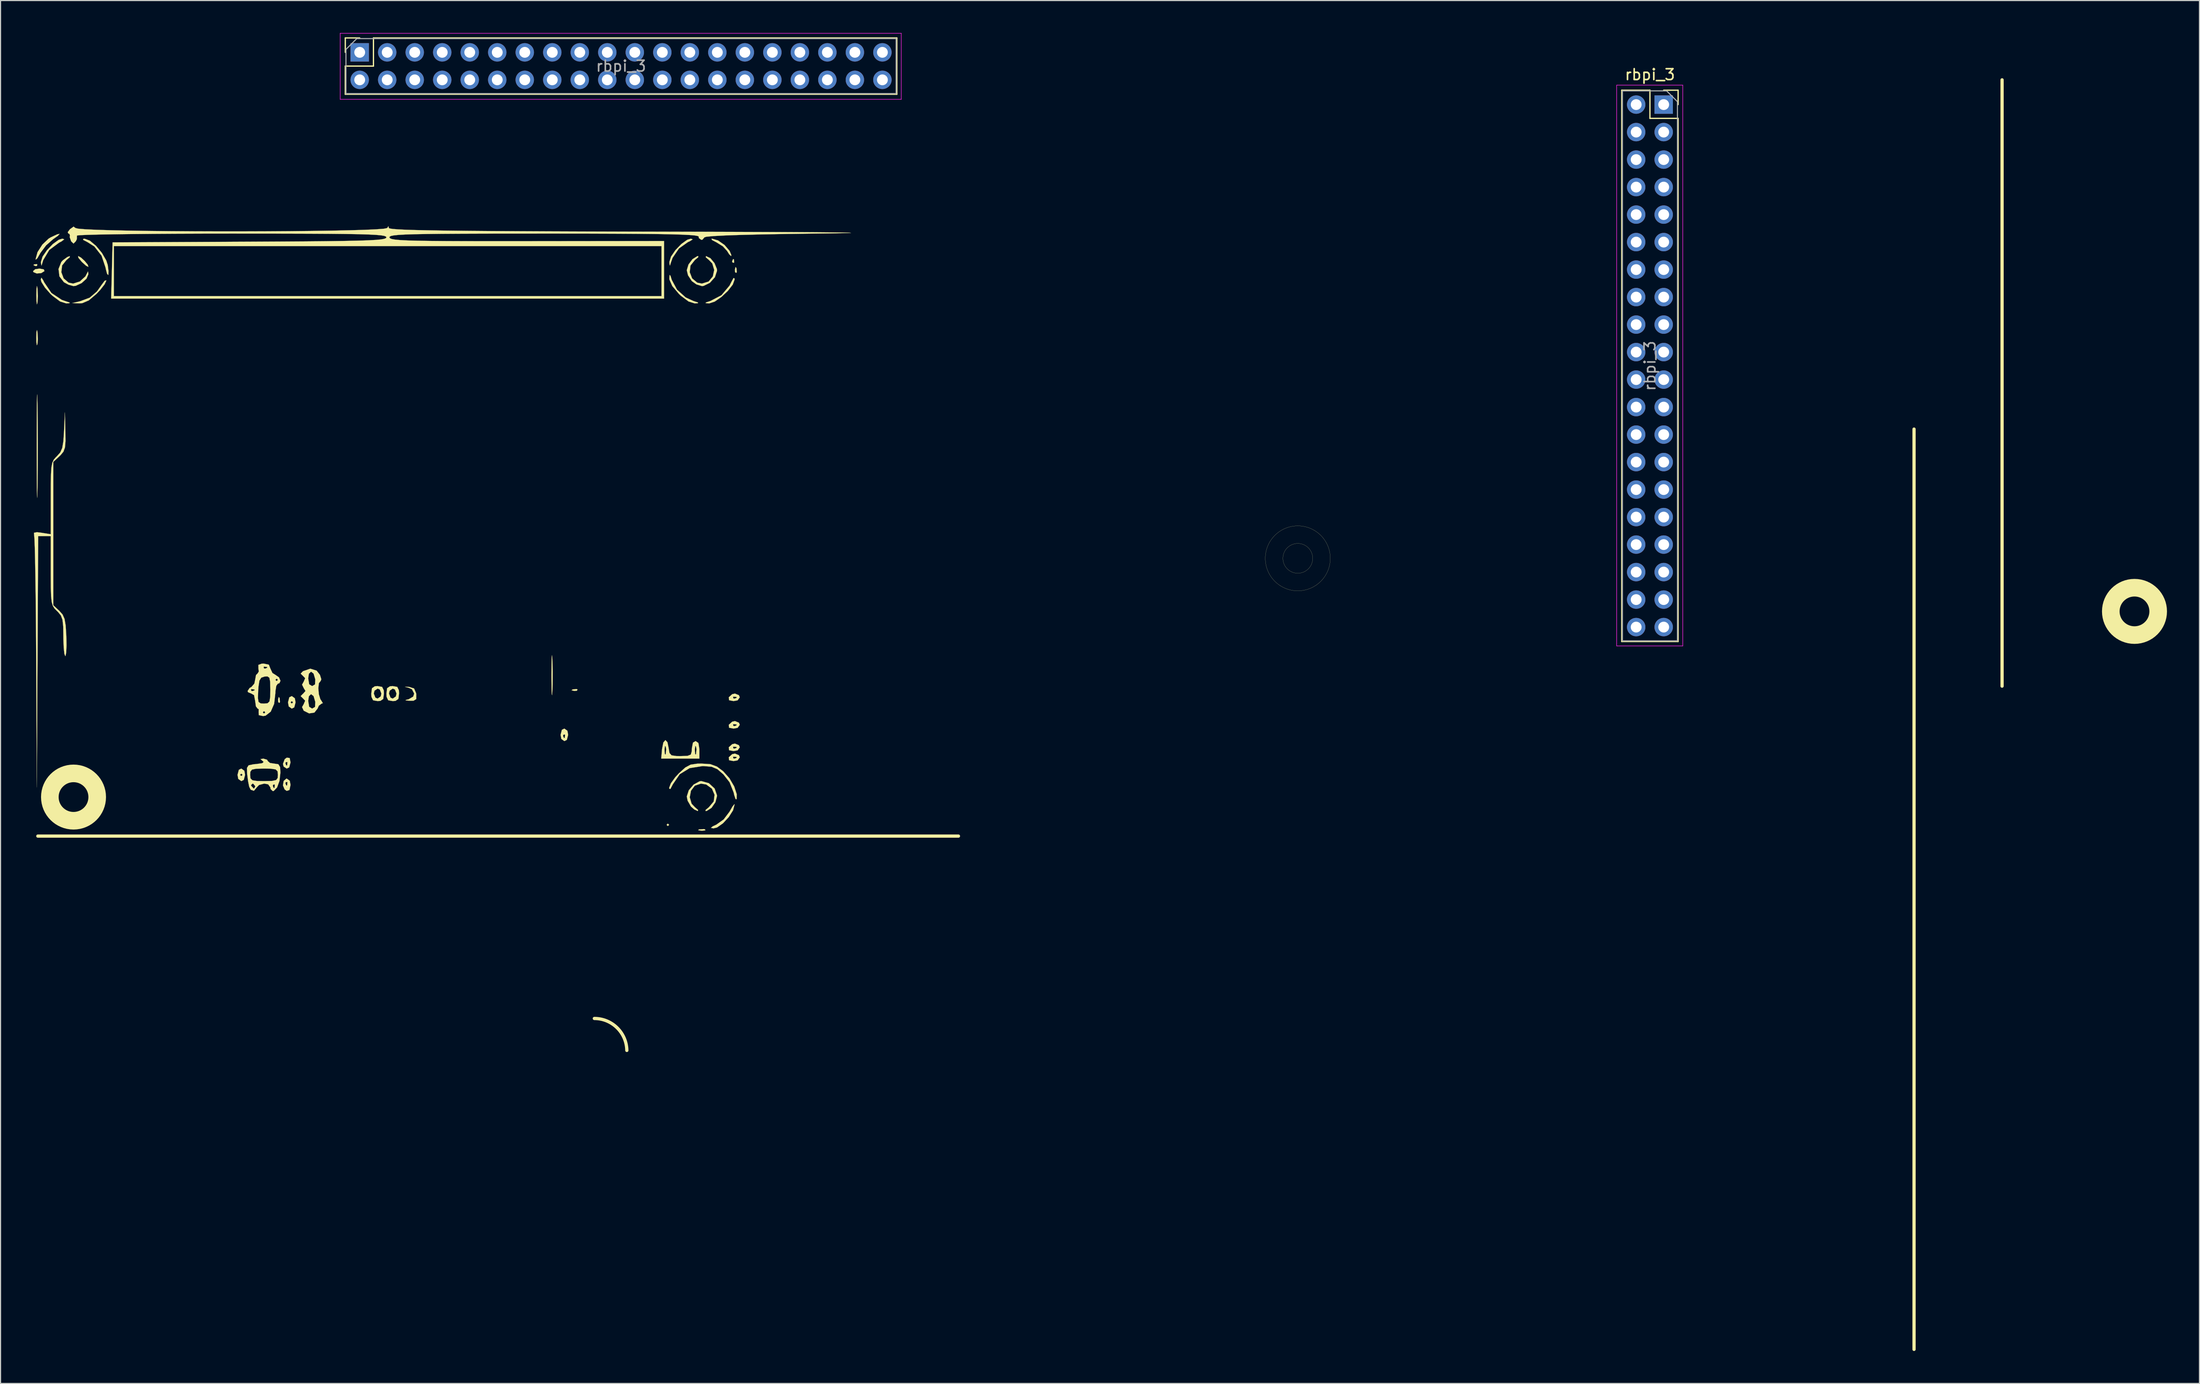
<source format=kicad_pcb>
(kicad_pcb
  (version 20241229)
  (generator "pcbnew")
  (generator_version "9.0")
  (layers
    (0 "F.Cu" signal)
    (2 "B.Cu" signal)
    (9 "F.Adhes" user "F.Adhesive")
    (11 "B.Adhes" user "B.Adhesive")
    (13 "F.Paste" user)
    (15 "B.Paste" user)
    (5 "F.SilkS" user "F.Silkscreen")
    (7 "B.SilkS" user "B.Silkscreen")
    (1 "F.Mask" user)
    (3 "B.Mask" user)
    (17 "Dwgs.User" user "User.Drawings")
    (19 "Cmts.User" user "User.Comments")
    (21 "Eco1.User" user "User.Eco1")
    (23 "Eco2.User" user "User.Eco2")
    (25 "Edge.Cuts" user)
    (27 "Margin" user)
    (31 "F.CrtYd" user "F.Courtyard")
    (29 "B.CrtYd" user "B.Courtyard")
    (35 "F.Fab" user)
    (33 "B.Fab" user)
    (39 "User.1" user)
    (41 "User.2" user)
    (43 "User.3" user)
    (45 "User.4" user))
  (footprint "rbpi_3"
    (layer "F.Cu")
    (at 116.775 48.521)
    (property "Reference" "rbpi_3" (at 32.512 -44.68 0) (layer "F.SilkS") (effects (font (size 1 1) (thickness 0.15))))
    (attr through_hole)
    (fp_line (start -116.332 25.654) (end -31.332 25.654) (stroke (width 0.3) (type solid)) (layer "F.SilkS"))
    (fp_line (start -87.944 -48.066) (end -86.614 -48.066) (stroke (width 0.12) (type solid)) (layer "F.SilkS"))
    (fp_line (start -87.944 -46.736) (end -87.944 -48.066) (stroke (width 0.12) (type solid)) (layer "F.SilkS"))
    (fp_line (start -87.944 -45.466) (end -85.344 -45.466) (stroke (width 0.12) (type solid)) (layer "F.SilkS"))
    (fp_line (start -87.944 -42.866) (end -87.944 -45.466) (stroke (width 0.12) (type solid)) (layer "F.SilkS"))
    (fp_line (start -87.944 -42.866) (end -37.024 -42.866) (stroke (width 0.12) (type solid)) (layer "F.SilkS"))
    (fp_line (start -85.344 -48.066) (end -37.024 -48.066) (stroke (width 0.12) (type solid)) (layer "F.SilkS"))
    (fp_line (start -85.344 -45.466) (end -85.344 -48.066) (stroke (width 0.12) (type solid)) (layer "F.SilkS"))
    (fp_line (start -37.024 -42.866) (end -37.024 -48.066) (stroke (width 0.12) (type solid)) (layer "F.SilkS"))
    (fp_line (start 29.912 -43.24) (end 29.912 7.68) (stroke (width 0.12) (type solid)) (layer "F.SilkS"))
    (fp_line (start 29.912 -43.24) (end 32.512 -43.24) (stroke (width 0.12) (type solid)) (layer "F.SilkS"))
    (fp_line (start 29.912 7.68) (end 35.112 7.68) (stroke (width 0.12) (type solid)) (layer "F.SilkS"))
    (fp_line (start 32.512 -43.24) (end 32.512 -40.64) (stroke (width 0.12) (type solid)) (layer "F.SilkS"))
    (fp_line (start 32.512 -40.64) (end 35.112 -40.64) (stroke (width 0.12) (type solid)) (layer "F.SilkS"))
    (fp_line (start 33.782 -43.24) (end 35.112 -43.24) (stroke (width 0.12) (type solid)) (layer "F.SilkS"))
    (fp_line (start 35.112 -43.24) (end 35.112 -41.91) (stroke (width 0.12) (type solid)) (layer "F.SilkS"))
    (fp_line (start 35.112 -40.64) (end 35.112 7.68) (stroke (width 0.12) (type solid)) (layer "F.SilkS"))
    (fp_line (start 56.896 -11.938) (end 56.896 73.062) (stroke (width 0.3) (type solid)) (layer "F.SilkS"))
    (fp_line (start 65.024 -44.196) (end 65.024 11.804) (stroke (width 0.3) (type solid)) (layer "F.SilkS"))
    (fp_arc (start -64.949998 42.499583) (mid -62.846136 43.360781) (end -61.95 45.45) (stroke (width 0.3) (type solid)) (layer "F.SilkS"))
    (fp_circle (center -113.037 22.05) (end -110.85 22.05) (stroke (width 1.625) (type solid)) (fill no) (layer "F.SilkS"))
    (fp_circle (center 0 0) (end 1.375 0) (stroke (width 0.01) (type solid)) (fill no) (layer "F.SilkS"))
    (fp_circle (center 0 0) (end 3 0) (stroke (width 0.01) (type solid)) (fill no) (layer "F.SilkS"))
    (fp_circle (center 77.25 4.9) (end 79.438 4.9) (stroke (width 1.625) (type solid)) (fill no) (layer "F.SilkS"))
    (fp_poly (pts (xy -58.047 24.615) (xy -58.164 24.73) (xy -58.28 24.615) (xy -58.164 24.499) (xy -58.047 24.615)) (stroke (width 0.01) (type solid)) (fill yes) (layer "F.SilkS"))
    (fp_poly (pts (xy -116.382 -27.147) (xy -116.414 -27.01) (xy -116.537 -26.993) (xy -116.729 -27.078) (xy -116.692 -27.147) (xy -116.416 -27.175) (xy -116.382 -27.147)) (stroke (width 0.01) (type solid)) (fill yes) (layer "F.SilkS"))
    (fp_poly (pts (xy -94.007 12.911) (xy -93.979 13.272) (xy -94.026 13.353) (xy -94.132 13.284) (xy -94.148 13.05) (xy -94.091 12.804) (xy -94.007 12.911)) (stroke (width 0.01) (type solid)) (fill yes) (layer "F.SilkS"))
    (fp_poly (pts (xy -66.499 12.122) (xy -66.569 12.227) (xy -66.805 12.243) (xy -67.054 12.187) (xy -66.946 12.104) (xy -66.582 12.076) (xy -66.499 12.122)) (stroke (width 0.01) (type solid)) (fill yes) (layer "F.SilkS"))
    (fp_poly (pts (xy -54.727 25.039) (xy -54.697 25.124) (xy -55.018 25.156) (xy -55.349 25.119) (xy -55.309 25.039) (xy -54.832 25.009) (xy -54.727 25.039)) (stroke (width 0.01) (type solid)) (fill yes) (layer "F.SilkS"))
    (fp_poly (pts (xy -52.066 -27.609) (xy -52.038 -27.335) (xy -52.066 -27.301) (xy -52.205 -27.333) (xy -52.221 -27.455) (xy -52.136 -27.645) (xy -52.066 -27.609)) (stroke (width 0.01) (type solid)) (fill yes) (layer "F.SilkS"))
    (fp_poly (pts (xy -51.829 -26.806) (xy -51.801 -26.445) (xy -51.848 -26.363) (xy -51.954 -26.432) (xy -51.97 -26.666) (xy -51.913 -26.913) (xy -51.829 -26.806)) (stroke (width 0.01) (type solid)) (fill yes) (layer "F.SilkS"))
    (fp_poly (pts (xy -116.37 -20.929) (xy -116.332 -20.246) (xy -116.373 -19.774) (xy -116.428 -19.681) (xy -116.463 -19.984) (xy -116.47 -20.412) (xy -116.453 -20.936) (xy -116.411 -21.09) (xy -116.37 -20.929)) (stroke (width 0.01) (type solid)) (fill yes) (layer "F.SilkS"))
    (fp_poly (pts (xy -115.777 -26.689) (xy -115.721 -26.531) (xy -116.019 -26.345) (xy -116.433 -26.312) (xy -116.733 -26.433) (xy -116.77 -26.531) (xy -116.57 -26.704) (xy -116.174 -26.762) (xy -115.777 -26.689)) (stroke (width 0.01) (type solid)) (fill yes) (layer "F.SilkS"))
    (fp_poly (pts (xy -116.369 -24.974) (xy -116.368 -24.969) (xy -116.33 -24.216) (xy -116.371 -23.583) (xy -116.419 -23.456) (xy -116.453 -23.73) (xy -116.465 -24.338) (xy -116.451 -24.93) (xy -116.416 -25.159) (xy -116.369 -24.974)) (stroke (width 0.01) (type solid)) (fill yes) (layer "F.SilkS"))
    (fp_poly (pts (xy -112.346 -27.778) (xy -112.006 -27.464) (xy -111.729 -27.129) (xy -111.66 -26.926) (xy -111.664 -26.922) (xy -111.872 -27.022) (xy -112.247 -27.356) (xy -112.276 -27.386) (xy -112.575 -27.745) (xy -112.618 -27.915) (xy -112.603 -27.917) (xy -112.346 -27.778)) (stroke (width 0.01) (type solid)) (fill yes) (layer "F.SilkS"))
    (fp_poly (pts (xy -68.839 9.119) (xy -68.826 9.327) (xy -68.795 10.43) (xy -68.801 11.614) (xy -68.827 12.329) (xy -68.856 12.641) (xy -68.881 12.53) (xy -68.899 12.034) (xy -68.908 11.192) (xy -68.909 10.76) (xy -68.903 9.801) (xy -68.889 9.185) (xy -68.866 8.946) (xy -68.839 9.119)) (stroke (width 0.01) (type solid)) (fill yes) (layer "F.SilkS"))
    (fp_poly (pts (xy -51.999 22.725) (xy -52.142 23.271) (xy -52.541 23.9) (xy -53.075 24.475) (xy -53.625 24.86) (xy -53.952 24.942) (xy -54.188 24.895) (xy -54.031 24.76) (xy -53.684 24.598) (xy -53.007 24.114) (xy -52.471 23.405) (xy -52.191 22.92) (xy -52.021 22.708) (xy -51.999 22.725)) (stroke (width 0.01) (type solid)) (fill yes) (layer "F.SilkS"))
    (fp_poly (pts (xy -114.482 -29.789) (xy -114.93 -29.471) (xy -115.568 -28.909) (xy -116.084 -28.226) (xy -116.129 -28.143) (xy -116.38 -27.712) (xy -116.524 -27.59) (xy -116.537 -27.64) (xy -116.36 -28.284) (xy -115.916 -28.977) (xy -115.336 -29.53) (xy -115.147 -29.645) (xy -114.542 -29.927) (xy -114.316 -29.971) (xy -114.482 -29.789)) (stroke (width 0.01) (type solid)) (fill yes) (layer "F.SilkS"))
    (fp_poly (pts (xy -113.892 -29.464) (xy -114.148 -29.272) (xy -114.37 -29.158) (xy -115.276 -28.481) (xy -115.837 -27.542) (xy -115.901 -27.33) (xy -115.992 -27.036) (xy -116.032 -27.182) (xy -116.044 -27.381) (xy -115.894 -27.872) (xy -115.485 -28.467) (xy -114.945 -29.031) (xy -114.4 -29.425) (xy -114.063 -29.528) (xy -113.892 -29.464)) (stroke (width 0.01) (type solid)) (fill yes) (layer "F.SilkS"))
    (fp_poly (pts (xy -110.013 -25.638) (xy -110.167 -25.309) (xy -110.565 -24.8) (xy -110.917 -24.426) (xy -111.625 -23.826) (xy -112.223 -23.571) (xy -112.49 -23.553) (xy -113.158 -23.577) (xy -112.402 -23.755) (xy -111.539 -24.078) (xy -110.871 -24.654) (xy -110.441 -25.261) (xy -110.167 -25.632) (xy -110.021 -25.685) (xy -110.013 -25.638)) (stroke (width 0.01) (type solid)) (fill yes) (layer "F.SilkS"))
    (fp_poly (pts (xy -97.264 19.62) (xy -97.196 19.997) (xy -97.317 20.461) (xy -97.545 20.574) (xy -97.826 20.373) (xy -97.895 19.997) (xy -97.662 19.997) (xy -97.545 20.112) (xy -97.429 19.997) (xy -97.545 19.881) (xy -97.662 19.997) (xy -97.895 19.997) (xy -97.773 19.532) (xy -97.545 19.419) (xy -97.264 19.62)) (stroke (width 0.01) (type solid)) (fill yes) (layer "F.SilkS"))
    (fp_poly (pts (xy -92.604 12.924) (xy -92.535 13.3) (xy -92.657 13.765) (xy -92.885 13.878) (xy -93.166 13.677) (xy -93.234 13.3) (xy -93.001 13.3) (xy -92.885 13.416) (xy -92.768 13.3) (xy -92.885 13.185) (xy -93.001 13.3) (xy -93.234 13.3) (xy -93.113 12.836) (xy -92.885 12.723) (xy -92.604 12.924)) (stroke (width 0.01) (type solid)) (fill yes) (layer "F.SilkS"))
    (fp_poly (pts (xy -55.865 -29.463) (xy -56.129 -29.291) (xy -56.311 -29.209) (xy -57.136 -28.624) (xy -57.728 -27.753) (xy -57.877 -27.33) (xy -57.968 -27.036) (xy -58.008 -27.182) (xy -58.02 -27.381) (xy -57.87 -27.871) (xy -57.463 -28.466) (xy -56.924 -29.028) (xy -56.379 -29.422) (xy -56.039 -29.524) (xy -55.865 -29.463)) (stroke (width 0.01) (type solid)) (fill yes) (layer "F.SilkS"))
    (fp_poly (pts (xy -53.529 -29.362) (xy -52.929 -28.944) (xy -52.471 -28.408) (xy -52.448 -28.367) (xy -52.302 -28.016) (xy -52.322 -27.917) (xy -52.508 -28.094) (xy -52.698 -28.398) (xy -53.089 -28.823) (xy -53.676 -29.188) (xy -53.696 -29.197) (xy -54.087 -29.403) (xy -54.132 -29.517) (xy -54.079 -29.524) (xy -53.529 -29.362)) (stroke (width 0.01) (type solid)) (fill yes) (layer "F.SilkS"))
    (fp_poly (pts (xy -115.826 -25.667) (xy -115.744 -25.492) (xy -115.075 -24.507) (xy -114.121 -23.872) (xy -113.824 -23.767) (xy -113.399 -23.629) (xy -113.402 -23.57) (xy -113.71 -23.549) (xy -114.276 -23.726) (xy -114.984 -24.253) (xy -115.166 -24.426) (xy -115.672 -25.003) (xy -115.996 -25.52) (xy -116.062 -25.754) (xy -116.001 -25.927) (xy -115.826 -25.667)) (stroke (width 0.01) (type solid)) (fill yes) (layer "F.SilkS"))
    (fp_poly (pts (xy -57.919 -26.094) (xy -57.798 -25.711) (xy -57.316 -24.815) (xy -56.519 -24.099) (xy -55.806 -23.768) (xy -55.38 -23.63) (xy -55.38 -23.57) (xy -55.686 -23.549) (xy -56.252 -23.726) (xy -56.961 -24.253) (xy -57.142 -24.426) (xy -57.754 -25.152) (xy -58.019 -25.755) (xy -58.026 -25.869) (xy -57.996 -26.183) (xy -57.919 -26.094)) (stroke (width 0.01) (type solid)) (fill yes) (layer "F.SilkS"))
    (fp_poly (pts (xy -52.005 -25.855) (xy -51.998 -25.754) (xy -52.171 -25.282) (xy -52.621 -24.704) (xy -53.218 -24.142) (xy -53.833 -23.717) (xy -54.337 -23.549) (xy -54.35 -23.549) (xy -54.688 -23.576) (xy -54.617 -23.646) (xy -54.235 -23.767) (xy -53.213 -24.302) (xy -52.463 -25.197) (xy -52.315 -25.492) (xy -52.102 -25.891) (xy -52.005 -25.855)) (stroke (width 0.01) (type solid)) (fill yes) (layer "F.SilkS"))
    (fp_poly (pts (xy -82.049 11.877) (xy -81.593 12.021) (xy -81.405 12.461) (xy -81.393 12.55) (xy -81.396 13.003) (xy -81.645 13.152) (xy -81.975 13.153) (xy -82.378 13.122) (xy -82.338 13.071) (xy -82.107 13.022) (xy -81.673 12.771) (xy -81.583 12.492) (xy -81.789 12.094) (xy -82.107 11.951) (xy -82.432 11.874) (xy -82.313 11.862) (xy -82.049 11.877)) (stroke (width 0.01) (type solid)) (fill yes) (layer "F.SilkS"))
    (fp_poly (pts (xy -111.53 -29.343) (xy -110.959 -28.864) (xy -110.417 -28.212) (xy -110.013 -27.512) (xy -109.877 -27.091) (xy -109.804 -26.526) (xy -109.823 -26.188) (xy -109.836 -26.167) (xy -109.942 -26.29) (xy -110.059 -26.736) (xy -110.079 -26.852) (xy -110.448 -27.953) (xy -111.114 -28.804) (xy -111.749 -29.209) (xy -112.157 -29.42) (xy -112.124 -29.516) (xy -112.021 -29.524) (xy -111.53 -29.343)) (stroke (width 0.01) (type solid)) (fill yes) (layer "F.SilkS"))
    (fp_poly (pts (xy -93.081 18.441) (xy -93.001 18.849) (xy -93.124 19.308) (xy -93.351 19.419) (xy -93.639 19.229) (xy -93.7 18.982) (xy -93.691 18.958) (xy -93.467 18.958) (xy -93.382 19.148) (xy -93.312 19.112) (xy -93.284 18.838) (xy -93.312 18.804) (xy -93.451 18.835) (xy -93.467 18.958) (xy -93.691 18.958) (xy -93.538 18.552) (xy -93.351 18.412) (xy -93.081 18.441)) (stroke (width 0.01) (type solid)) (fill yes) (layer "F.SilkS"))
    (fp_poly (pts (xy -67.437 15.926) (xy -67.368 16.302) (xy -67.49 16.766) (xy -67.718 16.879) (xy -67.999 16.679) (xy -68.046 16.418) (xy -67.834 16.418) (xy -67.749 16.608) (xy -67.679 16.572) (xy -67.651 16.298) (xy -67.679 16.264) (xy -67.817 16.295) (xy -67.834 16.418) (xy -68.046 16.418) (xy -68.067 16.302) (xy -67.946 15.838) (xy -67.718 15.725) (xy -67.437 15.926)) (stroke (width 0.01) (type solid)) (fill yes) (layer "F.SilkS"))
    (fp_poly (pts (xy -51.6 12.643) (xy -51.522 12.839) (xy -51.725 13.117) (xy -52.098 13.185) (xy -52.511 13.105) (xy -52.539 12.839) (xy -52.497 12.8) (xy -52.144 12.8) (xy -52.112 12.937) (xy -51.988 12.954) (xy -51.797 12.87) (xy -51.833 12.8) (xy -52.11 12.772) (xy -52.144 12.8) (xy -52.497 12.8) (xy -52.221 12.547) (xy -51.964 12.492) (xy -51.6 12.643)) (stroke (width 0.01) (type solid)) (fill yes) (layer "F.SilkS"))
    (fp_poly (pts (xy -51.6 15.183) (xy -51.522 15.379) (xy -51.725 15.657) (xy -52.098 15.725) (xy -52.511 15.645) (xy -52.539 15.379) (xy -52.497 15.34) (xy -52.144 15.34) (xy -52.112 15.477) (xy -51.988 15.494) (xy -51.797 15.41) (xy -51.833 15.34) (xy -52.11 15.312) (xy -52.144 15.34) (xy -52.497 15.34) (xy -52.221 15.087) (xy -51.964 15.032) (xy -51.6 15.183)) (stroke (width 0.01) (type solid)) (fill yes) (layer "F.SilkS"))
    (fp_poly (pts (xy -51.6 17.262) (xy -51.522 17.457) (xy -51.725 17.736) (xy -52.098 17.803) (xy -52.511 17.723) (xy -52.539 17.457) (xy -52.497 17.418) (xy -52.144 17.418) (xy -52.112 17.556) (xy -51.988 17.572) (xy -51.797 17.488) (xy -51.833 17.418) (xy -52.11 17.391) (xy -52.144 17.418) (xy -52.497 17.418) (xy -52.221 17.165) (xy -51.964 17.11) (xy -51.6 17.262)) (stroke (width 0.01) (type solid)) (fill yes) (layer "F.SilkS"))
    (fp_poly (pts (xy -51.6 18.185) (xy -51.522 18.38) (xy -51.725 18.659) (xy -52.098 18.727) (xy -52.511 18.647) (xy -52.539 18.38) (xy -52.497 18.342) (xy -52.144 18.342) (xy -52.112 18.479) (xy -51.988 18.496) (xy -51.797 18.411) (xy -51.833 18.342) (xy -52.11 18.314) (xy -52.144 18.342) (xy -52.497 18.342) (xy -52.221 18.088) (xy -51.964 18.034) (xy -51.6 18.185)) (stroke (width 0.01) (type solid)) (fill yes) (layer "F.SilkS"))
    (fp_poly (pts (xy -93.07 20.544) (xy -93.001 20.92) (xy -93.098 21.397) (xy -93.355 21.479) (xy -93.545 21.344) (xy -93.702 20.97) (xy -93.674 20.805) (xy -93.467 20.805) (xy -93.382 20.995) (xy -93.312 20.959) (xy -93.284 20.685) (xy -93.312 20.651) (xy -93.451 20.683) (xy -93.467 20.805) (xy -93.674 20.805) (xy -93.633 20.561) (xy -93.384 20.345) (xy -93.351 20.343) (xy -93.07 20.544)) (stroke (width 0.01) (type solid)) (fill yes) (layer "F.SilkS"))
    (fp_poly (pts (xy -116.38 -14.947) (xy -116.364 -14.314) (xy -116.363 -14.236) (xy -116.342 -12.52) (xy -116.334 -10.563) (xy -116.339 -8.584) (xy -116.358 -6.805) (xy -116.363 -6.5) (xy -116.378 -5.827) (xy -116.393 -5.593) (xy -116.406 -5.775) (xy -116.417 -6.35) (xy -116.425 -7.296) (xy -116.43 -8.59) (xy -116.433 -10.209) (xy -116.433 -10.368) (xy -116.431 -12.014) (xy -116.426 -13.338) (xy -116.418 -14.316) (xy -116.407 -14.925) (xy -116.394 -15.143) (xy -116.38 -14.947)) (stroke (width 0.01) (type solid)) (fill yes) (layer "F.SilkS"))
    (fp_poly (pts (xy -84.545 11.874) (xy -84.393 12.191) (xy -84.379 12.492) (xy -84.442 12.987) (xy -84.708 13.168) (xy -84.962 13.185) (xy -85.378 13.11) (xy -85.53 12.793) (xy -85.544 12.492) (xy -85.311 12.492) (xy -85.166 12.868) (xy -84.962 12.954) (xy -84.677 12.761) (xy -84.612 12.492) (xy -84.758 12.116) (xy -84.962 12.03) (xy -85.246 12.223) (xy -85.311 12.492) (xy -85.544 12.492) (xy -85.482 11.997) (xy -85.215 11.816) (xy -84.962 11.799) (xy -84.545 11.874)) (stroke (width 0.01) (type solid)) (fill yes) (layer "F.SilkS"))
    (fp_poly (pts (xy -83.147 11.874) (xy -82.995 12.191) (xy -82.981 12.492) (xy -83.044 12.987) (xy -83.31 13.168) (xy -83.564 13.185) (xy -83.98 13.11) (xy -84.132 12.793) (xy -84.146 12.492) (xy -83.913 12.492) (xy -83.768 12.868) (xy -83.564 12.954) (xy -83.279 12.761) (xy -83.214 12.492) (xy -83.36 12.116) (xy -83.564 12.03) (xy -83.848 12.223) (xy -83.913 12.492) (xy -84.146 12.492) (xy -84.084 11.997) (xy -83.817 11.816) (xy -83.564 11.799) (xy -83.147 11.874)) (stroke (width 0.01) (type solid)) (fill yes) (layer "F.SilkS"))
    (fp_poly (pts (xy -113.387 -27.808) (xy -113.689 -27.557) (xy -114.09 -27.052) (xy -114.163 -26.437) (xy -113.95 -25.86) (xy -113.492 -25.466) (xy -113.07 -25.377) (xy -112.452 -25.572) (xy -111.94 -26.044) (xy -111.805 -26.301) (xy -111.701 -26.502) (xy -111.662 -26.256) (xy -111.839 -25.832) (xy -112.289 -25.423) (xy -112.838 -25.171) (xy -113.042 -25.146) (xy -113.499 -25.272) (xy -113.922 -25.505) (xy -114.338 -26.043) (xy -114.422 -26.726) (xy -114.165 -27.371) (xy -114.014 -27.535) (xy -113.608 -27.83) (xy -113.379 -27.917) (xy -113.387 -27.808)) (stroke (width 0.01) (type solid)) (fill yes) (layer "F.SilkS"))
    (fp_poly (pts (xy -54.377 20.769) (xy -53.844 21.261) (xy -53.62 21.908) (xy -53.62 21.937) (xy -53.769 22.523) (xy -54.13 23.046) (xy -54.572 23.331) (xy -54.68 23.345) (xy -54.673 23.236) (xy -54.371 22.985) (xy -53.927 22.454) (xy -53.85 21.838) (xy -54.094 21.273) (xy -54.615 20.891) (xy -55.102 20.805) (xy -55.67 20.995) (xy -56.029 21.467) (xy -56.141 22.073) (xy -55.969 22.664) (xy -55.665 22.985) (xy -55.371 23.241) (xy -55.396 23.345) (xy -55.731 23.189) (xy -56.03 22.923) (xy -56.337 22.387) (xy -56.416 21.999) (xy -56.231 21.42) (xy -55.783 20.895) (xy -55.235 20.595) (xy -55.07 20.574) (xy -54.377 20.769)) (stroke (width 0.01) (type solid)) (fill yes) (layer "F.SilkS"))
    (fp_poly (pts (xy -54.234 -27.723) (xy -53.853 -27.263) (xy -53.633 -26.718) (xy -53.62 -26.571) (xy -53.814 -25.971) (xy -54.287 -25.445) (xy -54.873 -25.16) (xy -55.018 -25.146) (xy -55.525 -25.303) (xy -55.95 -25.608) (xy -56.301 -26.143) (xy -56.416 -26.611) (xy -56.259 -27.139) (xy -55.889 -27.631) (xy -55.454 -27.904) (xy -55.355 -27.917) (xy -55.363 -27.808) (xy -55.665 -27.557) (xy -56.071 -27.047) (xy -56.142 -26.431) (xy -55.919 -25.855) (xy -55.446 -25.463) (xy -55.018 -25.377) (xy -54.404 -25.566) (xy -54.011 -26.036) (xy -53.883 -26.643) (xy -54.062 -27.239) (xy -54.371 -27.557) (xy -54.665 -27.813) (xy -54.64 -27.917) (xy -54.234 -27.723)) (stroke (width 0.01) (type solid)) (fill yes) (layer "F.SilkS"))
    (fp_poly (pts (xy -54.232 19.012) (xy -53.631 19.233) (xy -53.059 19.662) (xy -52.48 20.31) (xy -52.036 21.071) (xy -51.801 21.791) (xy -51.815 22.25) (xy -51.911 22.235) (xy -52.037 21.858) (xy -52.086 21.63) (xy -52.464 20.682) (xy -53.032 19.955) (xy -53.591 19.473) (xy -54.128 19.248) (xy -54.872 19.189) (xy -54.963 19.189) (xy -56.149 19.376) (xy -57.063 19.937) (xy -57.703 20.873) (xy -57.716 20.901) (xy -57.932 21.308) (xy -58.031 21.273) (xy -58.038 21.182) (xy -57.887 20.785) (xy -57.488 20.23) (xy -57.142 19.854) (xy -56.556 19.322) (xy -56.061 19.055) (xy -55.45 18.964) (xy -55.053 18.958) (xy -54.232 19.012)) (stroke (width 0.01) (type solid)) (fill yes) (layer "F.SilkS"))
    (fp_poly (pts (xy -58.2 16.988) (xy -58.091 17.514) (xy -58.015 17.979) (xy -57.817 18.197) (xy -57.36 18.261) (xy -56.984 18.265) (xy -56.345 18.244) (xy -56.044 18.125) (xy -55.955 17.821) (xy -55.952 17.688) (xy -55.671 17.688) (xy -55.646 18.082) (xy -55.573 18.117) (xy -55.564 18.096) (xy -55.518 17.638) (xy -55.555 17.403) (xy -55.63 17.309) (xy -55.67 17.616) (xy -55.671 17.688) (xy -55.952 17.688) (xy -55.95 17.572) (xy -55.846 17.022) (xy -55.6 16.879) (xy -55.342 17.055) (xy -55.251 17.614) (xy -55.251 17.688) (xy -55.251 18.496) (xy -58.774 18.496) (xy -58.707 17.688) (xy -58.468 17.688) (xy -58.443 18.082) (xy -58.37 18.117) (xy -58.36 18.096) (xy -58.314 17.638) (xy -58.352 17.403) (xy -58.426 17.309) (xy -58.466 17.616) (xy -58.468 17.688) (xy -58.707 17.688) (xy -58.702 17.63) (xy -58.578 17.005) (xy -58.388 16.786) (xy -58.2 16.988)) (stroke (width 0.01) (type solid)) (fill yes) (layer "F.SilkS"))
    (fp_poly (pts (xy -90.593 10.372) (xy -90.285 10.762) (xy -90.156 11.175) (xy -90.227 11.338) (xy -90.383 11.532) (xy -90.434 11.995) (xy -90.387 12.547) (xy -90.248 13.009) (xy -90.158 13.139) (xy -90.018 13.376) (xy -90.131 13.416) (xy -90.387 13.609) (xy -90.506 13.878) (xy -90.798 14.247) (xy -91.285 14.322) (xy -91.775 14.076) (xy -91.784 14.068) (xy -91.937 13.741) (xy -91.787 13.473) (xy -91.656 13.166) (xy -91.37 13.166) (xy -91.278 13.714) (xy -91.005 13.878) (xy -90.739 13.725) (xy -90.714 13.26) (xy -90.873 12.723) (xy -91.107 12.543) (xy -91.307 12.737) (xy -91.37 13.166) (xy -91.656 13.166) (xy -91.649 13.149) (xy -91.851 12.936) (xy -92.066 12.726) (xy -91.86 12.516) (xy -91.838 12.502) (xy -91.619 12.251) (xy -91.774 11.999) (xy -91.936 11.666) (xy -91.787 11.395) (xy -91.656 11.087) (xy -91.37 11.087) (xy -91.278 11.636) (xy -91.005 11.799) (xy -90.739 11.646) (xy -90.714 11.182) (xy -90.873 10.645) (xy -91.107 10.465) (xy -91.307 10.659) (xy -91.37 11.087) (xy -91.656 11.087) (xy -91.649 11.071) (xy -91.851 10.858) (xy -92.065 10.648) (xy -91.862 10.434) (xy -91.836 10.418) (xy -91.171 10.192) (xy -90.593 10.372)) (stroke (width 0.01) (type solid)) (fill yes) (layer "F.SilkS"))
    (fp_poly (pts (xy -113.788 -11.736) (xy -113.777 -10.821) (xy -113.827 -10.237) (xy -113.967 -9.852) (xy -114.228 -9.535) (xy -114.323 -9.444) (xy -114.906 -8.902) (xy -114.906 4.33) (xy -114.34 4.856) (xy -114.046 5.189) (xy -113.864 5.598) (xy -113.761 6.208) (xy -113.702 7.147) (xy -113.699 7.206) (xy -113.685 8.057) (xy -113.712 8.696) (xy -113.776 9.013) (xy -113.799 9.029) (xy -113.881 8.816) (xy -113.942 8.252) (xy -113.972 7.448) (xy -113.974 7.222) (xy -113.989 6.284) (xy -114.054 5.681) (xy -114.202 5.282) (xy -114.464 4.96) (xy -114.556 4.872) (xy -114.788 4.638) (xy -114.949 4.384) (xy -115.051 4.028) (xy -115.108 3.484) (xy -115.133 2.668) (xy -115.139 1.496) (xy -115.139 1.137) (xy -115.139 -2.055) (xy -116.3 -2.055) (xy -116.362 9.548) (xy -116.425 21.151) (xy -116.481 9.682) (xy -116.495 7.416) (xy -116.513 5.283) (xy -116.534 3.332) (xy -116.559 1.606) (xy -116.585 0.152) (xy -116.613 -0.985) (xy -116.641 -1.758) (xy -116.67 -2.123) (xy -116.674 -2.14) (xy -116.687 -2.363) (xy -116.416 -2.415) (xy -115.975 -2.36) (xy -115.139 -2.226) (xy -115.139 -5.564) (xy -115.136 -6.871) (xy -115.118 -7.799) (xy -115.074 -8.428) (xy -114.991 -8.841) (xy -114.858 -9.119) (xy -114.662 -9.344) (xy -114.566 -9.436) (xy -114.261 -9.78) (xy -114.076 -10.202) (xy -113.971 -10.831) (xy -113.913 -11.727) (xy -113.835 -13.485) (xy -113.788 -11.736)) (stroke (width 0.01) (type solid)) (fill yes) (layer "F.SilkS"))
    (fp_poly (pts (xy -95.161 18.605) (xy -95.099 18.727) (xy -94.899 18.9) (xy -94.516 18.958) (xy -94.125 19.017) (xy -93.962 19.283) (xy -93.933 19.781) (xy -94.019 20.552) (xy -94.242 21.162) (xy -94.546 21.479) (xy -94.641 21.498) (xy -94.84 21.31) (xy -94.866 21.151) (xy -94.949 21.036) (xy -94.632 21.036) (xy -94.547 21.226) (xy -94.477 21.19) (xy -94.449 20.916) (xy -94.477 20.882) (xy -94.616 20.914) (xy -94.632 21.036) (xy -94.949 21.036) (xy -95.067 20.872) (xy -95.423 20.805) (xy -95.906 20.934) (xy -96.115 21.151) (xy -96.382 21.471) (xy -96.677 21.371) (xy -96.817 21.094) (xy -96.847 20.946) (xy -96.65 20.946) (xy -96.613 21.036) (xy -96.404 21.256) (xy -96.366 21.267) (xy -96.266 21.088) (xy -96.264 21.036) (xy -96.443 20.814) (xy -96.51 20.805) (xy -96.65 20.946) (xy -96.847 20.946) (xy -96.919 20.587) (xy -96.994 19.997) (xy -96.73 19.997) (xy -96.696 20.327) (xy -96.521 20.499) (xy -96.088 20.565) (xy -95.448 20.574) (xy -94.714 20.559) (xy -94.332 20.48) (xy -94.187 20.285) (xy -94.166 19.997) (xy -94.2 19.666) (xy -94.376 19.494) (xy -94.808 19.429) (xy -95.448 19.419) (xy -96.182 19.434) (xy -96.564 19.514) (xy -96.709 19.708) (xy -96.73 19.997) (xy -96.994 19.997) (xy -97.004 19.915) (xy -97.007 19.881) (xy -97.025 19.36) (xy -96.871 19.116) (xy -96.42 19.021) (xy -96.16 18.999) (xy -95.605 18.92) (xy -95.479 18.801) (xy -95.578 18.714) (xy -95.773 18.545) (xy -95.529 18.5) (xy -95.506 18.499) (xy -95.161 18.605)) (stroke (width 0.01) (type solid)) (fill yes) (layer "F.SilkS"))
    (fp_poly (pts (xy -95.002 9.822) (xy -94.866 10.168) (xy -94.67 10.592) (xy -94.399 10.76) (xy -94.066 10.992) (xy -93.928 11.311) (xy -94.035 11.541) (xy -94.166 11.569) (xy -94.315 11.773) (xy -94.395 12.28) (xy -94.399 12.446) (xy -94.513 13.441) (xy -94.828 14.161) (xy -95.306 14.533) (xy -95.531 14.569) (xy -95.928 14.484) (xy -95.946 14.224) (xy -95.565 14.224) (xy -95.448 14.339) (xy -95.332 14.224) (xy -95.448 14.109) (xy -95.565 14.224) (xy -95.946 14.224) (xy -95.942 13.927) (xy -96.038 13.878) (xy -96.196 13.677) (xy -96.264 13.193) (xy -96.264 13.185) (xy -96.316 12.908) (xy -96.011 12.908) (xy -95.951 13.268) (xy -95.755 13.399) (xy -95.46 13.416) (xy -95.121 13.385) (xy -94.944 13.217) (xy -94.876 12.8) (xy -94.866 12.13) (xy -94.88 11.399) (xy -94.915 11.222) (xy -94.399 11.222) (xy -94.283 11.338) (xy -94.166 11.222) (xy -94.283 11.107) (xy -94.399 11.222) (xy -94.915 11.222) (xy -94.954 11.025) (xy -95.133 10.903) (xy -95.39 10.917) (xy -95.703 11.021) (xy -95.875 11.296) (xy -95.962 11.865) (xy -95.985 12.204) (xy -96.011 12.908) (xy -96.316 12.908) (xy -96.368 12.635) (xy -96.613 12.492) (xy -96.923 12.364) (xy -96.963 12.254) (xy -96.866 12.107) (xy -96.652 12.107) (xy -96.62 12.245) (xy -96.497 12.261) (xy -96.305 12.177) (xy -96.341 12.107) (xy -96.618 12.08) (xy -96.652 12.107) (xy -96.866 12.107) (xy -96.777 11.973) (xy -96.613 11.883) (xy -96.342 11.574) (xy -96.264 11.197) (xy -96.188 10.775) (xy -96.052 10.645) (xy -95.933 10.461) (xy -95.963 10.183) (xy -95.965 10.029) (xy -95.487 10.029) (xy -95.455 10.166) (xy -95.332 10.183) (xy -95.14 10.099) (xy -95.176 10.029) (xy -95.453 10.002) (xy -95.487 10.029) (xy -95.965 10.029) (xy -95.967 9.841) (xy -95.651 9.726) (xy -95.475 9.721) (xy -95.002 9.822)) (stroke (width 0.01) (type solid)) (fill yes) (layer "F.SilkS"))
    (fp_poly (pts (xy -83.932 -30.515) (xy -83.842 -30.467) (xy -83.565 -30.424) (xy -83.078 -30.386) (xy -82.36 -30.351) (xy -81.389 -30.321) (xy -80.142 -30.294) (xy -78.598 -30.27) (xy -76.734 -30.249) (xy -74.529 -30.231) (xy -71.961 -30.215) (xy -69.007 -30.201) (xy -65.646 -30.189) (xy -61.857 -30.178) (xy -59.038 -30.172) (xy -55.234 -30.163) (xy -51.895 -30.153) (xy -49.015 -30.143) (xy -46.593 -30.131) (xy -44.627 -30.12) (xy -43.112 -30.107) (xy -42.046 -30.093) (xy -41.427 -30.079) (xy -41.251 -30.064) (xy -41.517 -30.048) (xy -42.22 -30.031) (xy -43.359 -30.013) (xy -44.473 -29.999) (xy -47.18 -29.962) (xy -49.496 -29.92) (xy -51.41 -29.873) (xy -52.909 -29.821) (xy -53.979 -29.765) (xy -54.608 -29.704) (xy -54.785 -29.649) (xy -54.969 -29.434) (xy -55.076 -29.418) (xy -55.308 -29.59) (xy -55.309 -29.706) (xy -55.385 -29.768) (xy -55.658 -29.821) (xy -56.157 -29.865) (xy -56.91 -29.902) (xy -57.946 -29.931) (xy -59.294 -29.955) (xy -60.983 -29.972) (xy -63.041 -29.984) (xy -65.497 -29.992) (xy -68.379 -29.995) (xy -69.599 -29.995) (xy -72.561 -29.994) (xy -75.091 -29.991) (xy -77.22 -29.984) (xy -78.983 -29.974) (xy -80.413 -29.958) (xy -81.542 -29.937) (xy -82.405 -29.909) (xy -83.033 -29.874) (xy -83.461 -29.83) (xy -83.722 -29.778) (xy -83.848 -29.715) (xy -83.873 -29.642) (xy -83.872 -29.64) (xy -83.815 -29.562) (xy -83.656 -29.496) (xy -83.36 -29.442) (xy -82.89 -29.398) (xy -82.21 -29.363) (xy -81.287 -29.337) (xy -80.083 -29.318) (xy -78.562 -29.305) (xy -76.69 -29.298) (xy -74.43 -29.296) (xy -71.748 -29.297) (xy -71.155 -29.297) (xy -58.513 -29.31) (xy -58.513 -23.991) (xy -109.562 -23.991) (xy -109.496 -26.589) (xy -109.439 -28.841) (xy -109.313 -28.841) (xy -109.313 -24.222) (xy -58.746 -24.222) (xy -58.746 -28.841) (xy -109.313 -28.841) (xy -109.439 -28.841) (xy -109.43 -29.187) (xy -96.788 -29.247) (xy -94.01 -29.261) (xy -91.662 -29.276) (xy -89.711 -29.294) (xy -88.121 -29.315) (xy -86.856 -29.341) (xy -85.882 -29.372) (xy -85.164 -29.41) (xy -84.666 -29.455) (xy -84.354 -29.51) (xy -84.192 -29.575) (xy -84.146 -29.651) (xy -84.146 -29.651) (xy -84.19 -29.722) (xy -84.345 -29.783) (xy -84.643 -29.834) (xy -85.117 -29.877) (xy -85.8 -29.911) (xy -86.726 -29.939) (xy -87.927 -29.96) (xy -89.436 -29.975) (xy -91.287 -29.985) (xy -93.512 -29.991) (xy -96.144 -29.994) (xy -98.491 -29.995) (xy -101.025 -29.992) (xy -103.413 -29.984) (xy -105.614 -29.971) (xy -107.591 -29.953) (xy -109.303 -29.931) (xy -110.711 -29.906) (xy -111.777 -29.878) (xy -112.459 -29.847) (xy -112.72 -29.815) (xy -112.721 -29.811) (xy -112.731 -29.483) (xy -112.824 -29.291) (xy -113.037 -29.072) (xy -113.246 -29.272) (xy -113.259 -29.291) (xy -113.39 -29.674) (xy -113.362 -29.811) (xy -113.423 -29.983) (xy -113.511 -29.995) (xy -113.572 -30.126) (xy -113.368 -30.397) (xy -113.029 -30.641) (xy -112.866 -30.513) (xy -112.619 -30.45) (xy -111.955 -30.394) (xy -110.922 -30.346) (xy -109.569 -30.304) (xy -107.946 -30.269) (xy -106.1 -30.241) (xy -104.081 -30.22) (xy -101.937 -30.206) (xy -99.718 -30.199) (xy -97.471 -30.199) (xy -95.246 -30.206) (xy -93.091 -30.219) (xy -91.055 -30.24) (xy -89.187 -30.267) (xy -87.536 -30.302) (xy -86.15 -30.343) (xy -85.078 -30.391) (xy -84.37 -30.446) (xy -84.073 -30.508) (xy -84.068 -30.515) (xy -83.962 -30.685) (xy -83.932 -30.515)) (stroke (width 0.01) (type solid)) (fill yes) (layer "F.SilkS"))
    (fp_line (start -88.414 -48.496) (end -36.614 -48.496) (stroke (width 0.05) (type solid)) (layer "F.CrtYd"))
    (fp_line (start -88.414 -42.396) (end -88.414 -48.496) (stroke (width 0.05) (type solid)) (layer "F.CrtYd"))
    (fp_line (start -36.614 -48.496) (end -36.614 -42.396) (stroke (width 0.05) (type solid)) (layer "F.CrtYd"))
    (fp_line (start -36.614 -42.396) (end -88.414 -42.396) (stroke (width 0.05) (type solid)) (layer "F.CrtYd"))
    (fp_line (start 29.442 -43.71) (end 35.542 -43.71) (stroke (width 0.05) (type solid)) (layer "F.CrtYd"))
    (fp_line (start 29.442 8.09) (end 29.442 -43.71) (stroke (width 0.05) (type solid)) (layer "F.CrtYd"))
    (fp_line (start 35.542 -43.71) (end 35.542 8.09) (stroke (width 0.05) (type solid)) (layer "F.CrtYd"))
    (fp_line (start 35.542 8.09) (end 29.442 8.09) (stroke (width 0.05) (type solid)) (layer "F.CrtYd"))
    (fp_line (start -87.884 -47.006) (end -86.884 -48.006) (stroke (width 0.1) (type solid)) (layer "F.Fab"))
    (fp_line (start -87.884 -42.926) (end -87.884 -47.006) (stroke (width 0.1) (type solid)) (layer "F.Fab"))
    (fp_line (start -86.884 -48.006) (end -37.084 -48.006) (stroke (width 0.1) (type solid)) (layer "F.Fab"))
    (fp_line (start -37.084 -48.006) (end -37.084 -42.926) (stroke (width 0.1) (type solid)) (layer "F.Fab"))
    (fp_line (start -37.084 -42.926) (end -87.884 -42.926) (stroke (width 0.1) (type solid)) (layer "F.Fab"))
    (fp_line (start 29.972 -43.18) (end 34.052 -43.18) (stroke (width 0.1) (type solid)) (layer "F.Fab"))
    (fp_line (start 29.972 7.62) (end 29.972 -43.18) (stroke (width 0.1) (type solid)) (layer "F.Fab"))
    (fp_line (start 34.052 -43.18) (end 35.052 -42.18) (stroke (width 0.1) (type solid)) (layer "F.Fab"))
    (fp_line (start 35.052 -42.18) (end 35.052 7.62) (stroke (width 0.1) (type solid)) (layer "F.Fab"))
    (fp_line (start 35.052 7.62) (end 29.972 7.62) (stroke (width 0.1) (type solid)) (layer "F.Fab"))
    (fp_text user "${REFERENCE}" (at -62.484 -45.466 180) (layer "F.Fab") (effects (font (size 1 1) (thickness 0.15))))
    (fp_text user "${REFERENCE}" (at 32.512 -17.78 90) (layer "F.Fab") (effects (font (size 1 1) (thickness 0.15))))
    (pad "1" thru_hole rect (at -86.614 -46.736 90) (size 1.7 1.7) (drill 1) (layers "*.Cu" "*.Mask"))
    (pad "1" thru_hole rect (at 33.782 -41.91) (size 1.7 1.7) (drill 1) (layers "*.Cu" "*.Mask"))
    (pad "2" thru_hole oval (at -86.614 -44.196 90) (size 1.7 1.7) (drill 1) (layers "*.Cu" "*.Mask"))
    (pad "2" thru_hole oval (at 31.242 -41.91) (size 1.7 1.7) (drill 1) (layers "*.Cu" "*.Mask"))
    (pad "3" thru_hole oval (at -84.074 -46.736 90) (size 1.7 1.7) (drill 1) (layers "*.Cu" "*.Mask"))
    (pad "3" thru_hole oval (at 33.782 -39.37) (size 1.7 1.7) (drill 1) (layers "*.Cu" "*.Mask"))
    (pad "4" thru_hole oval (at -84.074 -44.196 90) (size 1.7 1.7) (drill 1) (layers "*.Cu" "*.Mask"))
    (pad "4" thru_hole oval (at 31.242 -39.37) (size 1.7 1.7) (drill 1) (layers "*.Cu" "*.Mask"))
    (pad "5" thru_hole oval (at -81.534 -46.736 90) (size 1.7 1.7) (drill 1) (layers "*.Cu" "*.Mask"))
    (pad "5" thru_hole oval (at 33.782 -36.83) (size 1.7 1.7) (drill 1) (layers "*.Cu" "*.Mask"))
    (pad "6" thru_hole oval (at -81.534 -44.196 90) (size 1.7 1.7) (drill 1) (layers "*.Cu" "*.Mask"))
    (pad "6" thru_hole oval (at 31.242 -36.83) (size 1.7 1.7) (drill 1) (layers "*.Cu" "*.Mask"))
    (pad "7" thru_hole oval (at -78.994 -46.736 90) (size 1.7 1.7) (drill 1) (layers "*.Cu" "*.Mask"))
    (pad "7" thru_hole oval (at 33.782 -34.29) (size 1.7 1.7) (drill 1) (layers "*.Cu" "*.Mask"))
    (pad "8" thru_hole oval (at -78.994 -44.196 90) (size 1.7 1.7) (drill 1) (layers "*.Cu" "*.Mask"))
    (pad "8" thru_hole oval (at 31.242 -34.29) (size 1.7 1.7) (drill 1) (layers "*.Cu" "*.Mask"))
    (pad "9" thru_hole oval (at -76.454 -46.736 90) (size 1.7 1.7) (drill 1) (layers "*.Cu" "*.Mask"))
    (pad "9" thru_hole oval (at 33.782 -31.75) (size 1.7 1.7) (drill 1) (layers "*.Cu" "*.Mask"))
    (pad "10" thru_hole oval (at -76.454 -44.196 90) (size 1.7 1.7) (drill 1) (layers "*.Cu" "*.Mask"))
    (pad "10" thru_hole oval (at 31.242 -31.75) (size 1.7 1.7) (drill 1) (layers "*.Cu" "*.Mask"))
    (pad "11" thru_hole oval (at -73.914 -46.736 90) (size 1.7 1.7) (drill 1) (layers "*.Cu" "*.Mask"))
    (pad "11" thru_hole oval (at 33.782 -29.21) (size 1.7 1.7) (drill 1) (layers "*.Cu" "*.Mask"))
    (pad "12" thru_hole oval (at -73.914 -44.196 90) (size 1.7 1.7) (drill 1) (layers "*.Cu" "*.Mask"))
    (pad "12" thru_hole oval (at 31.242 -29.21) (size 1.7 1.7) (drill 1) (layers "*.Cu" "*.Mask"))
    (pad "13" thru_hole oval (at -71.374 -46.736 90) (size 1.7 1.7) (drill 1) (layers "*.Cu" "*.Mask"))
    (pad "13" thru_hole oval (at 33.782 -26.67) (size 1.7 1.7) (drill 1) (layers "*.Cu" "*.Mask"))
    (pad "14" thru_hole oval (at -71.374 -44.196 90) (size 1.7 1.7) (drill 1) (layers "*.Cu" "*.Mask"))
    (pad "14" thru_hole oval (at 31.242 -26.67) (size 1.7 1.7) (drill 1) (layers "*.Cu" "*.Mask"))
    (pad "15" thru_hole oval (at -68.834 -46.736 90) (size 1.7 1.7) (drill 1) (layers "*.Cu" "*.Mask"))
    (pad "15" thru_hole oval (at 33.782 -24.13) (size 1.7 1.7) (drill 1) (layers "*.Cu" "*.Mask"))
    (pad "16" thru_hole oval (at -68.834 -44.196 90) (size 1.7 1.7) (drill 1) (layers "*.Cu" "*.Mask"))
    (pad "16" thru_hole oval (at 31.242 -24.13) (size 1.7 1.7) (drill 1) (layers "*.Cu" "*.Mask"))
    (pad "17" thru_hole oval (at -66.294 -46.736 90) (size 1.7 1.7) (drill 1) (layers "*.Cu" "*.Mask"))
    (pad "17" thru_hole oval (at 33.782 -21.59) (size 1.7 1.7) (drill 1) (layers "*.Cu" "*.Mask"))
    (pad "18" thru_hole oval (at -66.294 -44.196 90) (size 1.7 1.7) (drill 1) (layers "*.Cu" "*.Mask"))
    (pad "18" thru_hole oval (at 31.242 -21.59) (size 1.7 1.7) (drill 1) (layers "*.Cu" "*.Mask"))
    (pad "19" thru_hole oval (at -63.754 -46.736 90) (size 1.7 1.7) (drill 1) (layers "*.Cu" "*.Mask"))
    (pad "19" thru_hole oval (at 33.782 -19.05) (size 1.7 1.7) (drill 1) (layers "*.Cu" "*.Mask"))
    (pad "20" thru_hole oval (at -63.754 -44.196 90) (size 1.7 1.7) (drill 1) (layers "*.Cu" "*.Mask"))
    (pad "20" thru_hole oval (at 31.242 -19.05) (size 1.7 1.7) (drill 1) (layers "*.Cu" "*.Mask"))
    (pad "21" thru_hole oval (at -61.214 -46.736 90) (size 1.7 1.7) (drill 1) (layers "*.Cu" "*.Mask"))
    (pad "21" thru_hole oval (at 33.782 -16.51) (size 1.7 1.7) (drill 1) (layers "*.Cu" "*.Mask"))
    (pad "22" thru_hole oval (at -61.214 -44.196 90) (size 1.7 1.7) (drill 1) (layers "*.Cu" "*.Mask"))
    (pad "22" thru_hole oval (at 31.242 -16.51) (size 1.7 1.7) (drill 1) (layers "*.Cu" "*.Mask"))
    (pad "23" thru_hole oval (at -58.674 -46.736 90) (size 1.7 1.7) (drill 1) (layers "*.Cu" "*.Mask"))
    (pad "23" thru_hole oval (at 33.782 -13.97) (size 1.7 1.7) (drill 1) (layers "*.Cu" "*.Mask"))
    (pad "24" thru_hole oval (at -58.674 -44.196 90) (size 1.7 1.7) (drill 1) (layers "*.Cu" "*.Mask"))
    (pad "24" thru_hole oval (at 31.242 -13.97) (size 1.7 1.7) (drill 1) (layers "*.Cu" "*.Mask"))
    (pad "25" thru_hole oval (at -56.134 -46.736 90) (size 1.7 1.7) (drill 1) (layers "*.Cu" "*.Mask"))
    (pad "25" thru_hole oval (at 33.782 -11.43) (size 1.7 1.7) (drill 1) (layers "*.Cu" "*.Mask"))
    (pad "26" thru_hole oval (at -56.134 -44.196 90) (size 1.7 1.7) (drill 1) (layers "*.Cu" "*.Mask"))
    (pad "26" thru_hole oval (at 31.242 -11.43) (size 1.7 1.7) (drill 1) (layers "*.Cu" "*.Mask"))
    (pad "27" thru_hole oval (at -53.594 -46.736 90) (size 1.7 1.7) (drill 1) (layers "*.Cu" "*.Mask"))
    (pad "27" thru_hole oval (at 33.782 -8.89) (size 1.7 1.7) (drill 1) (layers "*.Cu" "*.Mask"))
    (pad "28" thru_hole oval (at -53.594 -44.196 90) (size 1.7 1.7) (drill 1) (layers "*.Cu" "*.Mask"))
    (pad "28" thru_hole oval (at 31.242 -8.89) (size 1.7 1.7) (drill 1) (layers "*.Cu" "*.Mask"))
    (pad "29" thru_hole oval (at -51.054 -46.736 90) (size 1.7 1.7) (drill 1) (layers "*.Cu" "*.Mask"))
    (pad "29" thru_hole oval (at 33.782 -6.35) (size 1.7 1.7) (drill 1) (layers "*.Cu" "*.Mask"))
    (pad "30" thru_hole oval (at -51.054 -44.196 90) (size 1.7 1.7) (drill 1) (layers "*.Cu" "*.Mask"))
    (pad "30" thru_hole oval (at 31.242 -6.35) (size 1.7 1.7) (drill 1) (layers "*.Cu" "*.Mask"))
    (pad "31" thru_hole oval (at -48.514 -46.736 90) (size 1.7 1.7) (drill 1) (layers "*.Cu" "*.Mask"))
    (pad "31" thru_hole oval (at 33.782 -3.81) (size 1.7 1.7) (drill 1) (layers "*.Cu" "*.Mask"))
    (pad "32" thru_hole oval (at -48.514 -44.196 90) (size 1.7 1.7) (drill 1) (layers "*.Cu" "*.Mask"))
    (pad "32" thru_hole oval (at 31.242 -3.81) (size 1.7 1.7) (drill 1) (layers "*.Cu" "*.Mask"))
    (pad "33" thru_hole oval (at -45.974 -46.736 90) (size 1.7 1.7) (drill 1) (layers "*.Cu" "*.Mask"))
    (pad "33" thru_hole oval (at 33.782 -1.27) (size 1.7 1.7) (drill 1) (layers "*.Cu" "*.Mask"))
    (pad "34" thru_hole oval (at -45.974 -44.196 90) (size 1.7 1.7) (drill 1) (layers "*.Cu" "*.Mask"))
    (pad "34" thru_hole oval (at 31.242 -1.27) (size 1.7 1.7) (drill 1) (layers "*.Cu" "*.Mask"))
    (pad "35" thru_hole oval (at -43.434 -46.736 90) (size 1.7 1.7) (drill 1) (layers "*.Cu" "*.Mask"))
    (pad "35" thru_hole oval (at 33.782 1.27) (size 1.7 1.7) (drill 1) (layers "*.Cu" "*.Mask"))
    (pad "36" thru_hole oval (at -43.434 -44.196 90) (size 1.7 1.7) (drill 1) (layers "*.Cu" "*.Mask"))
    (pad "36" thru_hole oval (at 31.242 1.27) (size 1.7 1.7) (drill 1) (layers "*.Cu" "*.Mask"))
    (pad "37" thru_hole oval (at -40.894 -46.736 90) (size 1.7 1.7) (drill 1) (layers "*.Cu" "*.Mask"))
    (pad "37" thru_hole oval (at 33.782 3.81) (size 1.7 1.7) (drill 1) (layers "*.Cu" "*.Mask"))
    (pad "38" thru_hole oval (at -40.894 -44.196 90) (size 1.7 1.7) (drill 1) (layers "*.Cu" "*.Mask"))
    (pad "38" thru_hole oval (at 31.242 3.81) (size 1.7 1.7) (drill 1) (layers "*.Cu" "*.Mask"))
    (pad "39" thru_hole oval (at -38.354 -46.736 90) (size 1.7 1.7) (drill 1) (layers "*.Cu" "*.Mask"))
    (pad "39" thru_hole oval (at 33.782 6.35) (size 1.7 1.7) (drill 1) (layers "*.Cu" "*.Mask"))
    (pad "40" thru_hole oval (at -38.354 -44.196 90) (size 1.7 1.7) (drill 1) (layers "*.Cu" "*.Mask"))
    (pad "40" thru_hole oval (at 31.242 6.35) (size 1.7 1.7) (drill 1) (layers "*.Cu" "*.Mask")))
  (gr_rect
    (start -3 -3)
    (end 200.025 124.733)
    (stroke (width 0.1) (type default))
    (fill no)
    (layer "Edge.Cuts")))
</source>
